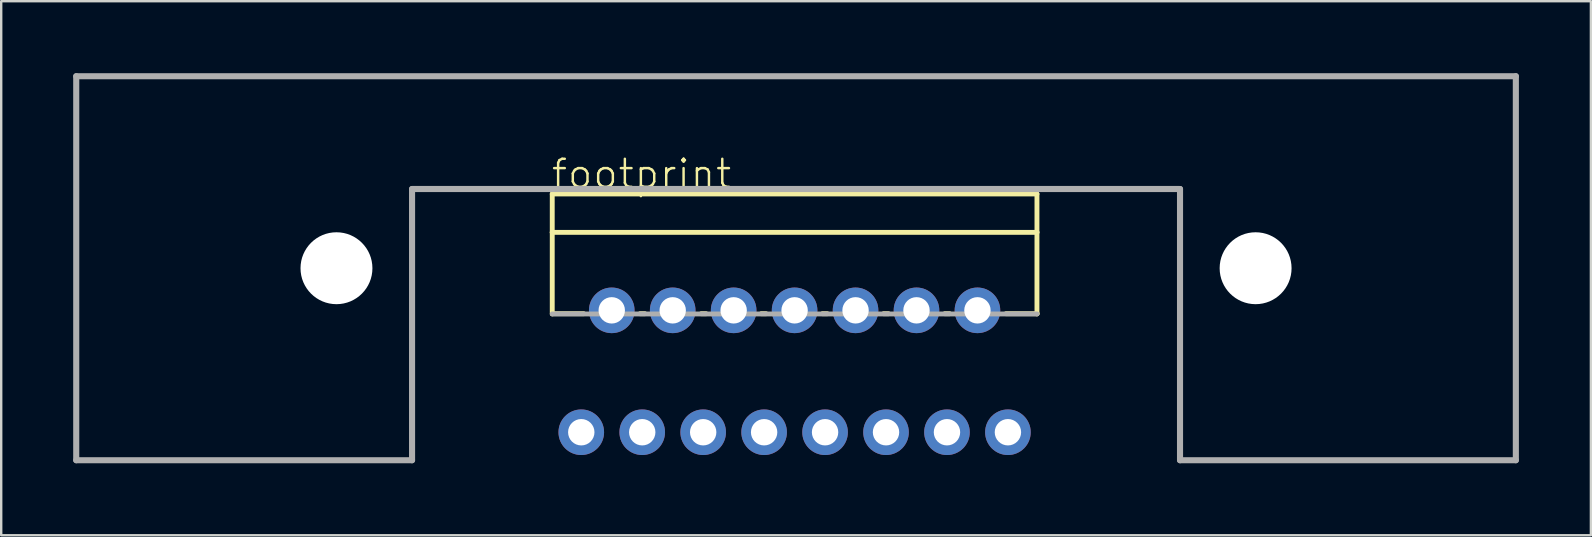
<source format=kicad_pcb>
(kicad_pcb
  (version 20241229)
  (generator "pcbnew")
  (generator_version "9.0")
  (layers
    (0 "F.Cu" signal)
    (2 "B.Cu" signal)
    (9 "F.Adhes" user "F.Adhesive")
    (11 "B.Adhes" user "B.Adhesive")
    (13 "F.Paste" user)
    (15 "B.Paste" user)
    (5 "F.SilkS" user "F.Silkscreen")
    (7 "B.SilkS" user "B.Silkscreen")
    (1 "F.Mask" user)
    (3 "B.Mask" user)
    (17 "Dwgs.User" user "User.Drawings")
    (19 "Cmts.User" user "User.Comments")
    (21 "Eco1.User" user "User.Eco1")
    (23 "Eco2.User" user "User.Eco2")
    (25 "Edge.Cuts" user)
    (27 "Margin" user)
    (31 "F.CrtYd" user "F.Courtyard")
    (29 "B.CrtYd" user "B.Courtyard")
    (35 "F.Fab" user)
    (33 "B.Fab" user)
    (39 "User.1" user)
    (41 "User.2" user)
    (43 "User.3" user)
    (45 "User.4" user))
  (footprint "footprint"
    (layer "F.Cu")
    (at 30.124 12.573)
    (property "Reference" "footprint" (at -10.26 -7.69 0) (layer "F.SilkS") (effects (font (size 1.168 1.168) (thickness 0.102)) (justify left bottom)))
    (fp_line (start -10.16 -7.54) (end 10.04 -7.54) (stroke (width 0.203) (type solid)) (layer "F.SilkS"))
    (fp_line (start -10.16 -5.94) (end -10.16 -7.54) (stroke (width 0.203) (type solid)) (layer "F.SilkS"))
    (fp_line (start -10.16 -5.94) (end 10.04 -5.94) (stroke (width 0.203) (type solid)) (layer "F.SilkS"))
    (fp_line (start -10.16 -2.54) (end -10.16 -5.94) (stroke (width 0.203) (type solid)) (layer "F.SilkS"))
    (fp_line (start -10.15 -2.55) (end -8.85 -2.55) (stroke (width 0.203) (type solid)) (layer "F.SilkS"))
    (fp_line (start -6.5 -2.55) (end -6.3 -2.55) (stroke (width 0.203) (type solid)) (layer "F.SilkS"))
    (fp_line (start -3.95 -2.55) (end -3.75 -2.55) (stroke (width 0.203) (type solid)) (layer "F.SilkS"))
    (fp_line (start -1.45 -2.55) (end -1.25 -2.55) (stroke (width 0.203) (type solid)) (layer "F.SilkS"))
    (fp_line (start 1.1 -2.55) (end 1.3 -2.55) (stroke (width 0.203) (type solid)) (layer "F.SilkS"))
    (fp_line (start 3.65 -2.55) (end 3.85 -2.55) (stroke (width 0.203) (type solid)) (layer "F.SilkS"))
    (fp_line (start 6.2 -2.55) (end 6.4 -2.55) (stroke (width 0.203) (type solid)) (layer "F.SilkS"))
    (fp_line (start 10.04 -7.54) (end 10.04 -5.94) (stroke (width 0.203) (type solid)) (layer "F.SilkS"))
    (fp_line (start 10.04 -5.94) (end 10.04 -2.54) (stroke (width 0.203) (type solid)) (layer "F.SilkS"))
    (fp_line (start 10.05 -2.55) (end 8.75 -2.55) (stroke (width 0.203) (type solid)) (layer "F.SilkS"))
    (fp_line (start -29.997 -12.446) (end -29.997 3.556) (stroke (width 0.254) (type solid)) (layer "F.Fab"))
    (fp_line (start -16.002 -7.747) (end -16.002 3.556) (stroke (width 0.254) (type solid)) (layer "F.Fab"))
    (fp_line (start -16.002 3.556) (end -29.997 3.556) (stroke (width 0.254) (type solid)) (layer "F.Fab"))
    (fp_line (start 10.04 -2.54) (end -10.16 -2.54) (stroke (width 0.203) (type solid)) (layer "F.Fab"))
    (fp_line (start 16.002 -7.747) (end -16.002 -7.747) (stroke (width 0.254) (type solid)) (layer "F.Fab"))
    (fp_line (start 16.002 3.556) (end 16.002 -7.747) (stroke (width 0.254) (type solid)) (layer "F.Fab"))
    (fp_line (start 29.997 -12.446) (end -29.997 -12.446) (stroke (width 0.254) (type solid)) (layer "F.Fab"))
    (fp_line (start 29.997 -12.446) (end 29.997 3.556) (stroke (width 0.254) (type solid)) (layer "F.Fab"))
    (fp_line (start 29.997 3.556) (end 16.002 3.556) (stroke (width 0.254) (type solid)) (layer "F.Fab"))
    (pad "" np_thru_hole circle (at -19.152 -4.445) (size 2.997 2.997) (drill 2.997) (layers "*.Cu" "*.Mask"))
    (pad "" np_thru_hole circle (at 19.152 -4.445) (size 2.997 2.997) (drill 2.997) (layers "*.Cu" "*.Mask"))
    (pad "1" thru_hole circle (at -8.95 2.39) (size 1.9 1.9) (drill 1.1) (layers "*.Cu" "*.Mask"))
    (pad "2" thru_hole circle (at -7.68 -2.69) (size 1.9 1.9) (drill 1.1) (layers "*.Cu" "*.Mask"))
    (pad "3" thru_hole circle (at -6.41 2.39) (size 1.9 1.9) (drill 1.1) (layers "*.Cu" "*.Mask"))
    (pad "4" thru_hole circle (at -5.14 -2.69) (size 1.9 1.9) (drill 1.1) (layers "*.Cu" "*.Mask"))
    (pad "5" thru_hole circle (at -3.87 2.39) (size 1.9 1.9) (drill 1.1) (layers "*.Cu" "*.Mask"))
    (pad "6" thru_hole circle (at -2.6 -2.69) (size 1.9 1.9) (drill 1.1) (layers "*.Cu" "*.Mask"))
    (pad "7" thru_hole circle (at -1.33 2.39) (size 1.9 1.9) (drill 1.1) (layers "*.Cu" "*.Mask"))
    (pad "8" thru_hole circle (at -0.06 -2.69) (size 1.9 1.9) (drill 1.1) (layers "*.Cu" "*.Mask"))
    (pad "9" thru_hole circle (at 1.21 2.39) (size 1.9 1.9) (drill 1.1) (layers "*.Cu" "*.Mask"))
    (pad "10" thru_hole circle (at 2.48 -2.69) (size 1.9 1.9) (drill 1.1) (layers "*.Cu" "*.Mask"))
    (pad "11" thru_hole circle (at 3.75 2.39) (size 1.9 1.9) (drill 1.1) (layers "*.Cu" "*.Mask"))
    (pad "12" thru_hole circle (at 5.02 -2.69) (size 1.9 1.9) (drill 1.1) (layers "*.Cu" "*.Mask"))
    (pad "13" thru_hole circle (at 6.29 2.39) (size 1.9 1.9) (drill 1.1) (layers "*.Cu" "*.Mask"))
    (pad "14" thru_hole circle (at 7.56 -2.69) (size 1.9 1.9) (drill 1.1) (layers "*.Cu" "*.Mask"))
    (pad "15" thru_hole circle (at 8.83 2.39) (size 1.9 1.9) (drill 1.1) (layers "*.Cu" "*.Mask")))
  (gr_rect
    (start -3 -3)
    (end 63.249 19.256)
    (stroke (width 0.1) (type default))
    (fill no)
    (layer "Edge.Cuts")))
</source>
